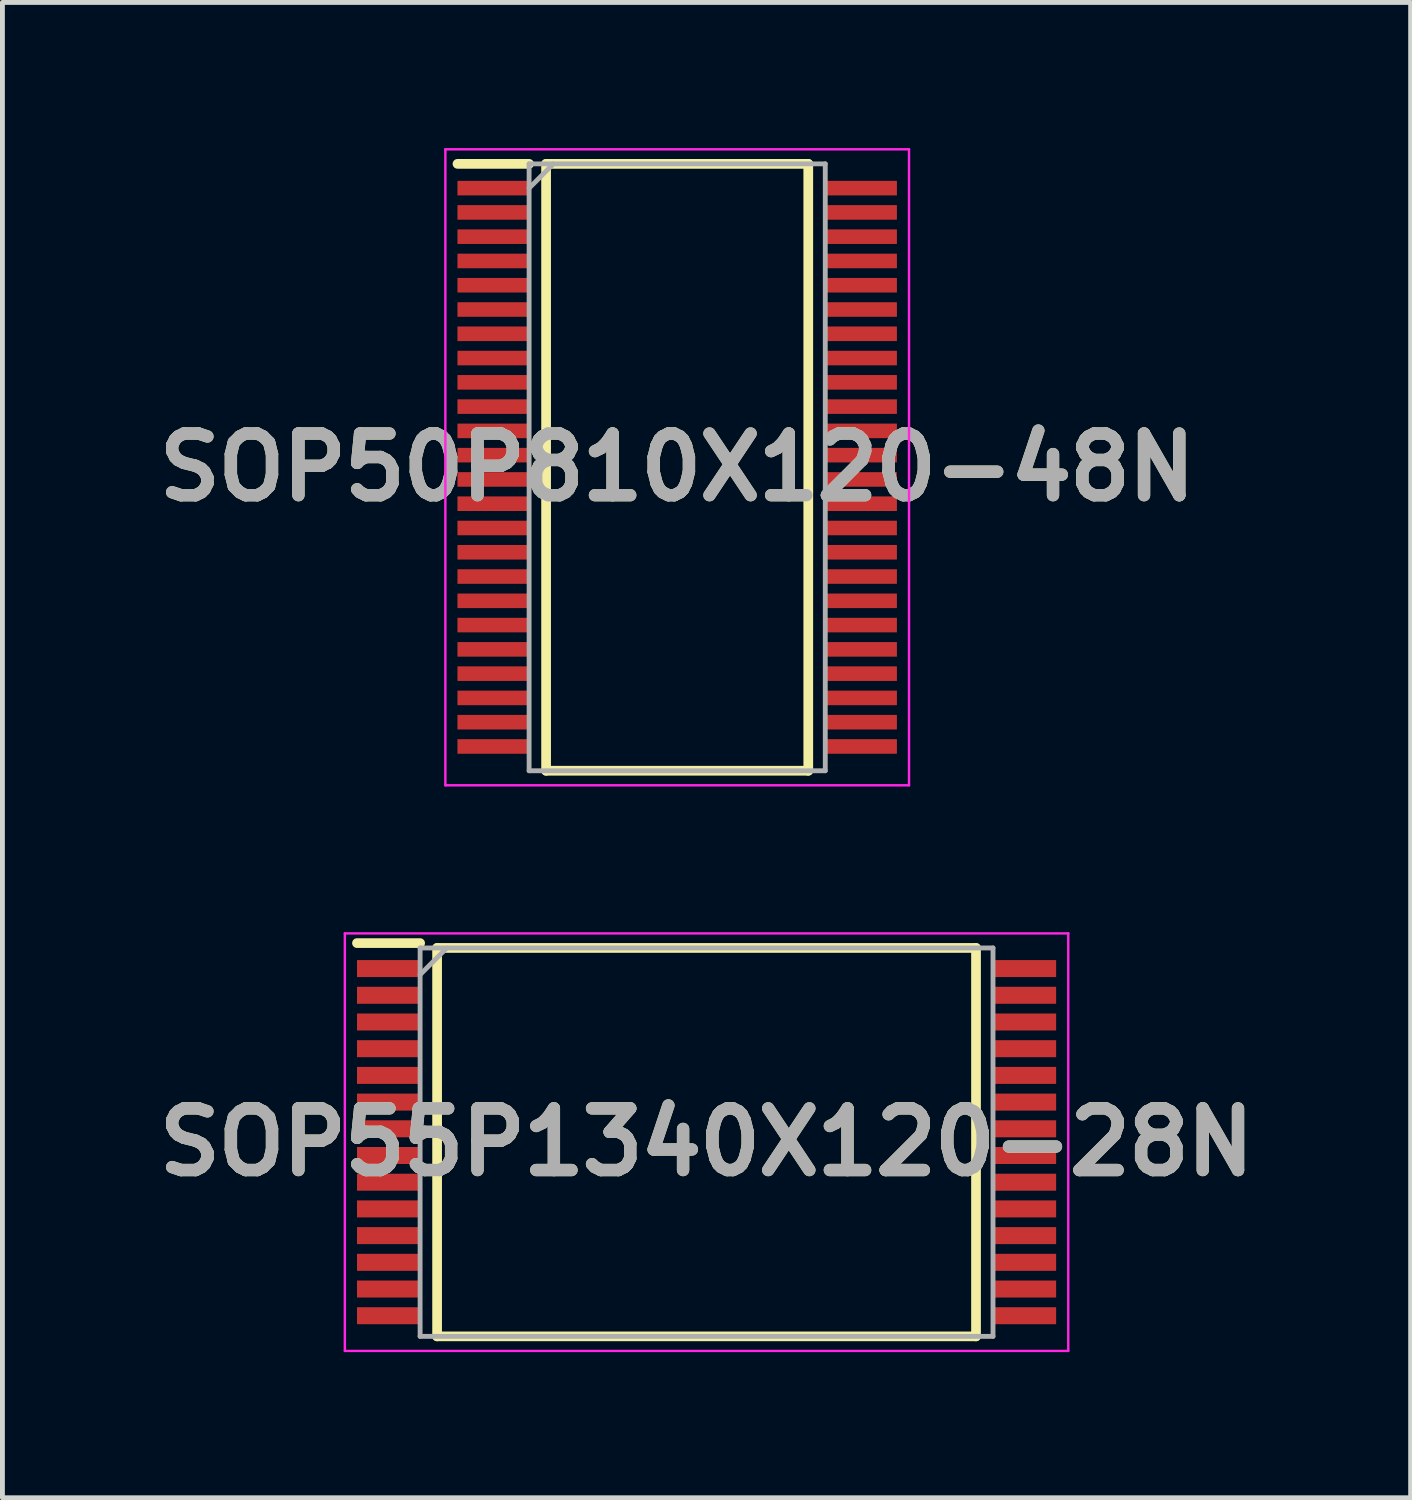
<source format=kicad_pcb>
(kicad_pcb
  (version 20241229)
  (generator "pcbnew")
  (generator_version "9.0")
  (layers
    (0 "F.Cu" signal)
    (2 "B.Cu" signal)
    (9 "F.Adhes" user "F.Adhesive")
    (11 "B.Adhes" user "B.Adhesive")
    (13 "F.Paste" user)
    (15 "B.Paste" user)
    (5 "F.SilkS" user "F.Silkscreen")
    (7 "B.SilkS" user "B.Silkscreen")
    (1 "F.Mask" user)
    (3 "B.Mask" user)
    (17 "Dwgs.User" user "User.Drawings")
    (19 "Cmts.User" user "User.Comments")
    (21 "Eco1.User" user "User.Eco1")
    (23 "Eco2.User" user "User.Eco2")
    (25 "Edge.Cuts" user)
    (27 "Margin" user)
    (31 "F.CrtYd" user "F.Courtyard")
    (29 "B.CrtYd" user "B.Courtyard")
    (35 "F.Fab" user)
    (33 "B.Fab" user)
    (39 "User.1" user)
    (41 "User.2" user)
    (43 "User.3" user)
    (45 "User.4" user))
  (footprint "SOP50P810X120-48N"
    (layer "F.Cu")
    (at 10.898 6.575)
    (property "Reference" "SOP50P810X120-48N" (at 0 0 0) (layer "F.SilkS") (effects (font (size 1.27 1.27) (thickness 0.254))))
    (attr smd)
    (fp_line (start -4.525 -6.25) (end -3.05 -6.25) (stroke (width 0.2) (type solid)) (layer "F.SilkS"))
    (fp_line (start -2.7 -6.25) (end 2.7 -6.25) (stroke (width 0.2) (type solid)) (layer "F.SilkS"))
    (fp_line (start -2.7 6.25) (end -2.7 -6.25) (stroke (width 0.2) (type solid)) (layer "F.SilkS"))
    (fp_line (start 2.7 -6.25) (end 2.7 6.25) (stroke (width 0.2) (type solid)) (layer "F.SilkS"))
    (fp_line (start 2.7 6.25) (end -2.7 6.25) (stroke (width 0.2) (type solid)) (layer "F.SilkS"))
    (fp_line (start -4.775 -6.55) (end 4.775 -6.55) (stroke (width 0.05) (type solid)) (layer "F.CrtYd"))
    (fp_line (start -4.775 6.55) (end -4.775 -6.55) (stroke (width 0.05) (type solid)) (layer "F.CrtYd"))
    (fp_line (start 4.775 -6.55) (end 4.775 6.55) (stroke (width 0.05) (type solid)) (layer "F.CrtYd"))
    (fp_line (start 4.775 6.55) (end -4.775 6.55) (stroke (width 0.05) (type solid)) (layer "F.CrtYd"))
    (fp_line (start -3.05 -6.25) (end 3.05 -6.25) (stroke (width 0.1) (type solid)) (layer "F.Fab"))
    (fp_line (start -3.05 -5.75) (end -2.55 -6.25) (stroke (width 0.1) (type solid)) (layer "F.Fab"))
    (fp_line (start -3.05 6.25) (end -3.05 -6.25) (stroke (width 0.1) (type solid)) (layer "F.Fab"))
    (fp_line (start 3.05 -6.25) (end 3.05 6.25) (stroke (width 0.1) (type solid)) (layer "F.Fab"))
    (fp_line (start 3.05 6.25) (end -3.05 6.25) (stroke (width 0.1) (type solid)) (layer "F.Fab"))
    (fp_text user "${REFERENCE}" (at 0 0 0) (layer "F.Fab") (effects (font (size 1.27 1.27) (thickness 0.254))))
    (pad "1" smd rect (at -3.788 -5.75 90) (size 0.3 1.475) (layers "F.Cu" "F.Mask" "F.Paste"))
    (pad "2" smd rect (at -3.788 -5.25 90) (size 0.3 1.475) (layers "F.Cu" "F.Mask" "F.Paste"))
    (pad "3" smd rect (at -3.788 -4.75 90) (size 0.3 1.475) (layers "F.Cu" "F.Mask" "F.Paste"))
    (pad "4" smd rect (at -3.788 -4.25 90) (size 0.3 1.475) (layers "F.Cu" "F.Mask" "F.Paste"))
    (pad "5" smd rect (at -3.788 -3.75 90) (size 0.3 1.475) (layers "F.Cu" "F.Mask" "F.Paste"))
    (pad "6" smd rect (at -3.788 -3.25 90) (size 0.3 1.475) (layers "F.Cu" "F.Mask" "F.Paste"))
    (pad "7" smd rect (at -3.788 -2.75 90) (size 0.3 1.475) (layers "F.Cu" "F.Mask" "F.Paste"))
    (pad "8" smd rect (at -3.788 -2.25 90) (size 0.3 1.475) (layers "F.Cu" "F.Mask" "F.Paste"))
    (pad "9" smd rect (at -3.788 -1.75 90) (size 0.3 1.475) (layers "F.Cu" "F.Mask" "F.Paste"))
    (pad "10" smd rect (at -3.788 -1.25 90) (size 0.3 1.475) (layers "F.Cu" "F.Mask" "F.Paste"))
    (pad "11" smd rect (at -3.788 -0.75 90) (size 0.3 1.475) (layers "F.Cu" "F.Mask" "F.Paste"))
    (pad "12" smd rect (at -3.788 -0.25 90) (size 0.3 1.475) (layers "F.Cu" "F.Mask" "F.Paste"))
    (pad "13" smd rect (at -3.788 0.25 90) (size 0.3 1.475) (layers "F.Cu" "F.Mask" "F.Paste"))
    (pad "14" smd rect (at -3.788 0.75 90) (size 0.3 1.475) (layers "F.Cu" "F.Mask" "F.Paste"))
    (pad "15" smd rect (at -3.788 1.25 90) (size 0.3 1.475) (layers "F.Cu" "F.Mask" "F.Paste"))
    (pad "16" smd rect (at -3.788 1.75 90) (size 0.3 1.475) (layers "F.Cu" "F.Mask" "F.Paste"))
    (pad "17" smd rect (at -3.788 2.25 90) (size 0.3 1.475) (layers "F.Cu" "F.Mask" "F.Paste"))
    (pad "18" smd rect (at -3.788 2.75 90) (size 0.3 1.475) (layers "F.Cu" "F.Mask" "F.Paste"))
    (pad "19" smd rect (at -3.788 3.25 90) (size 0.3 1.475) (layers "F.Cu" "F.Mask" "F.Paste"))
    (pad "20" smd rect (at -3.788 3.75 90) (size 0.3 1.475) (layers "F.Cu" "F.Mask" "F.Paste"))
    (pad "21" smd rect (at -3.788 4.25 90) (size 0.3 1.475) (layers "F.Cu" "F.Mask" "F.Paste"))
    (pad "22" smd rect (at -3.788 4.75 90) (size 0.3 1.475) (layers "F.Cu" "F.Mask" "F.Paste"))
    (pad "23" smd rect (at -3.788 5.25 90) (size 0.3 1.475) (layers "F.Cu" "F.Mask" "F.Paste"))
    (pad "24" smd rect (at -3.788 5.75 90) (size 0.3 1.475) (layers "F.Cu" "F.Mask" "F.Paste"))
    (pad "25" smd rect (at 3.788 5.75 90) (size 0.3 1.475) (layers "F.Cu" "F.Mask" "F.Paste"))
    (pad "26" smd rect (at 3.788 5.25 90) (size 0.3 1.475) (layers "F.Cu" "F.Mask" "F.Paste"))
    (pad "27" smd rect (at 3.788 4.75 90) (size 0.3 1.475) (layers "F.Cu" "F.Mask" "F.Paste"))
    (pad "28" smd rect (at 3.788 4.25 90) (size 0.3 1.475) (layers "F.Cu" "F.Mask" "F.Paste"))
    (pad "29" smd rect (at 3.788 3.75 90) (size 0.3 1.475) (layers "F.Cu" "F.Mask" "F.Paste"))
    (pad "30" smd rect (at 3.788 3.25 90) (size 0.3 1.475) (layers "F.Cu" "F.Mask" "F.Paste"))
    (pad "31" smd rect (at 3.788 2.75 90) (size 0.3 1.475) (layers "F.Cu" "F.Mask" "F.Paste"))
    (pad "32" smd rect (at 3.788 2.25 90) (size 0.3 1.475) (layers "F.Cu" "F.Mask" "F.Paste"))
    (pad "33" smd rect (at 3.788 1.75 90) (size 0.3 1.475) (layers "F.Cu" "F.Mask" "F.Paste"))
    (pad "34" smd rect (at 3.788 1.25 90) (size 0.3 1.475) (layers "F.Cu" "F.Mask" "F.Paste"))
    (pad "35" smd rect (at 3.788 0.75 90) (size 0.3 1.475) (layers "F.Cu" "F.Mask" "F.Paste"))
    (pad "36" smd rect (at 3.788 0.25 90) (size 0.3 1.475) (layers "F.Cu" "F.Mask" "F.Paste"))
    (pad "37" smd rect (at 3.788 -0.25 90) (size 0.3 1.475) (layers "F.Cu" "F.Mask" "F.Paste"))
    (pad "38" smd rect (at 3.788 -0.75 90) (size 0.3 1.475) (layers "F.Cu" "F.Mask" "F.Paste"))
    (pad "39" smd rect (at 3.788 -1.25 90) (size 0.3 1.475) (layers "F.Cu" "F.Mask" "F.Paste"))
    (pad "40" smd rect (at 3.788 -1.75 90) (size 0.3 1.475) (layers "F.Cu" "F.Mask" "F.Paste"))
    (pad "41" smd rect (at 3.788 -2.25 90) (size 0.3 1.475) (layers "F.Cu" "F.Mask" "F.Paste"))
    (pad "42" smd rect (at 3.788 -2.75 90) (size 0.3 1.475) (layers "F.Cu" "F.Mask" "F.Paste"))
    (pad "43" smd rect (at 3.788 -3.25 90) (size 0.3 1.475) (layers "F.Cu" "F.Mask" "F.Paste"))
    (pad "44" smd rect (at 3.788 -3.75 90) (size 0.3 1.475) (layers "F.Cu" "F.Mask" "F.Paste"))
    (pad "45" smd rect (at 3.788 -4.25 90) (size 0.3 1.475) (layers "F.Cu" "F.Mask" "F.Paste"))
    (pad "46" smd rect (at 3.788 -4.75 90) (size 0.3 1.475) (layers "F.Cu" "F.Mask" "F.Paste"))
    (pad "47" smd rect (at 3.788 -5.25 90) (size 0.3 1.475) (layers "F.Cu" "F.Mask" "F.Paste"))
    (pad "48" smd rect (at 3.788 -5.75 90) (size 0.3 1.475) (layers "F.Cu" "F.Mask" "F.Paste")))
  (footprint "SOP55P1340X120-28N"
    (layer "F.Cu")
    (at 11.503 20.475)
    (property "Reference" "SOP55P1340X120-28N" (at 0 0 0) (layer "F.SilkS") (effects (font (size 1.27 1.27) (thickness 0.254))))
    (attr smd)
    (fp_line (start -7.2 -4.1) (end -5.9 -4.1) (stroke (width 0.2) (type solid)) (layer "F.SilkS"))
    (fp_line (start -5.55 -4) (end 5.55 -4) (stroke (width 0.2) (type solid)) (layer "F.SilkS"))
    (fp_line (start -5.55 4) (end -5.55 -4) (stroke (width 0.2) (type solid)) (layer "F.SilkS"))
    (fp_line (start 5.55 -4) (end 5.55 4) (stroke (width 0.2) (type solid)) (layer "F.SilkS"))
    (fp_line (start 5.55 4) (end -5.55 4) (stroke (width 0.2) (type solid)) (layer "F.SilkS"))
    (fp_line (start -7.45 -4.3) (end 7.45 -4.3) (stroke (width 0.05) (type solid)) (layer "F.CrtYd"))
    (fp_line (start -7.45 4.3) (end -7.45 -4.3) (stroke (width 0.05) (type solid)) (layer "F.CrtYd"))
    (fp_line (start 7.45 -4.3) (end 7.45 4.3) (stroke (width 0.05) (type solid)) (layer "F.CrtYd"))
    (fp_line (start 7.45 4.3) (end -7.45 4.3) (stroke (width 0.05) (type solid)) (layer "F.CrtYd"))
    (fp_line (start -5.9 -4) (end 5.9 -4) (stroke (width 0.1) (type solid)) (layer "F.Fab"))
    (fp_line (start -5.9 -3.45) (end -5.35 -4) (stroke (width 0.1) (type solid)) (layer "F.Fab"))
    (fp_line (start -5.9 4) (end -5.9 -4) (stroke (width 0.1) (type solid)) (layer "F.Fab"))
    (fp_line (start 5.9 -4) (end 5.9 4) (stroke (width 0.1) (type solid)) (layer "F.Fab"))
    (fp_line (start 5.9 4) (end -5.9 4) (stroke (width 0.1) (type solid)) (layer "F.Fab"))
    (fp_text user "${REFERENCE}" (at 0 0 0) (layer "F.Fab") (effects (font (size 1.27 1.27) (thickness 0.254))))
    (pad "1" smd rect (at -6.55 -3.575 90) (size 0.35 1.3) (layers "F.Cu" "F.Mask" "F.Paste"))
    (pad "2" smd rect (at -6.55 -3.025 90) (size 0.35 1.3) (layers "F.Cu" "F.Mask" "F.Paste"))
    (pad "3" smd rect (at -6.55 -2.475 90) (size 0.35 1.3) (layers "F.Cu" "F.Mask" "F.Paste"))
    (pad "4" smd rect (at -6.55 -1.925 90) (size 0.35 1.3) (layers "F.Cu" "F.Mask" "F.Paste"))
    (pad "5" smd rect (at -6.55 -1.375 90) (size 0.35 1.3) (layers "F.Cu" "F.Mask" "F.Paste"))
    (pad "6" smd rect (at -6.55 -0.825 90) (size 0.35 1.3) (layers "F.Cu" "F.Mask" "F.Paste"))
    (pad "7" smd rect (at -6.55 -0.275 90) (size 0.35 1.3) (layers "F.Cu" "F.Mask" "F.Paste"))
    (pad "8" smd rect (at -6.55 0.275 90) (size 0.35 1.3) (layers "F.Cu" "F.Mask" "F.Paste"))
    (pad "9" smd rect (at -6.55 0.825 90) (size 0.35 1.3) (layers "F.Cu" "F.Mask" "F.Paste"))
    (pad "10" smd rect (at -6.55 1.375 90) (size 0.35 1.3) (layers "F.Cu" "F.Mask" "F.Paste"))
    (pad "11" smd rect (at -6.55 1.925 90) (size 0.35 1.3) (layers "F.Cu" "F.Mask" "F.Paste"))
    (pad "12" smd rect (at -6.55 2.475 90) (size 0.35 1.3) (layers "F.Cu" "F.Mask" "F.Paste"))
    (pad "13" smd rect (at -6.55 3.025 90) (size 0.35 1.3) (layers "F.Cu" "F.Mask" "F.Paste"))
    (pad "14" smd rect (at -6.55 3.575 90) (size 0.35 1.3) (layers "F.Cu" "F.Mask" "F.Paste"))
    (pad "15" smd rect (at 6.55 3.575 90) (size 0.35 1.3) (layers "F.Cu" "F.Mask" "F.Paste"))
    (pad "16" smd rect (at 6.55 3.025 90) (size 0.35 1.3) (layers "F.Cu" "F.Mask" "F.Paste"))
    (pad "17" smd rect (at 6.55 2.475 90) (size 0.35 1.3) (layers "F.Cu" "F.Mask" "F.Paste"))
    (pad "18" smd rect (at 6.55 1.925 90) (size 0.35 1.3) (layers "F.Cu" "F.Mask" "F.Paste"))
    (pad "19" smd rect (at 6.55 1.375 90) (size 0.35 1.3) (layers "F.Cu" "F.Mask" "F.Paste"))
    (pad "20" smd rect (at 6.55 0.825 90) (size 0.35 1.3) (layers "F.Cu" "F.Mask" "F.Paste"))
    (pad "21" smd rect (at 6.55 0.275 90) (size 0.35 1.3) (layers "F.Cu" "F.Mask" "F.Paste"))
    (pad "22" smd rect (at 6.55 -0.275 90) (size 0.35 1.3) (layers "F.Cu" "F.Mask" "F.Paste"))
    (pad "23" smd rect (at 6.55 -0.825 90) (size 0.35 1.3) (layers "F.Cu" "F.Mask" "F.Paste"))
    (pad "24" smd rect (at 6.55 -1.375 90) (size 0.35 1.3) (layers "F.Cu" "F.Mask" "F.Paste"))
    (pad "25" smd rect (at 6.55 -1.925 90) (size 0.35 1.3) (layers "F.Cu" "F.Mask" "F.Paste"))
    (pad "26" smd rect (at 6.55 -2.475 90) (size 0.35 1.3) (layers "F.Cu" "F.Mask" "F.Paste"))
    (pad "27" smd rect (at 6.55 -3.025 90) (size 0.35 1.3) (layers "F.Cu" "F.Mask" "F.Paste"))
    (pad "28" smd rect (at 6.55 -3.575 90) (size 0.35 1.3) (layers "F.Cu" "F.Mask" "F.Paste")))
  (gr_rect
    (start -3 -3)
    (end 26.005 27.8)
    (stroke (width 0.1) (type default))
    (fill no)
    (layer "Edge.Cuts")))
</source>
